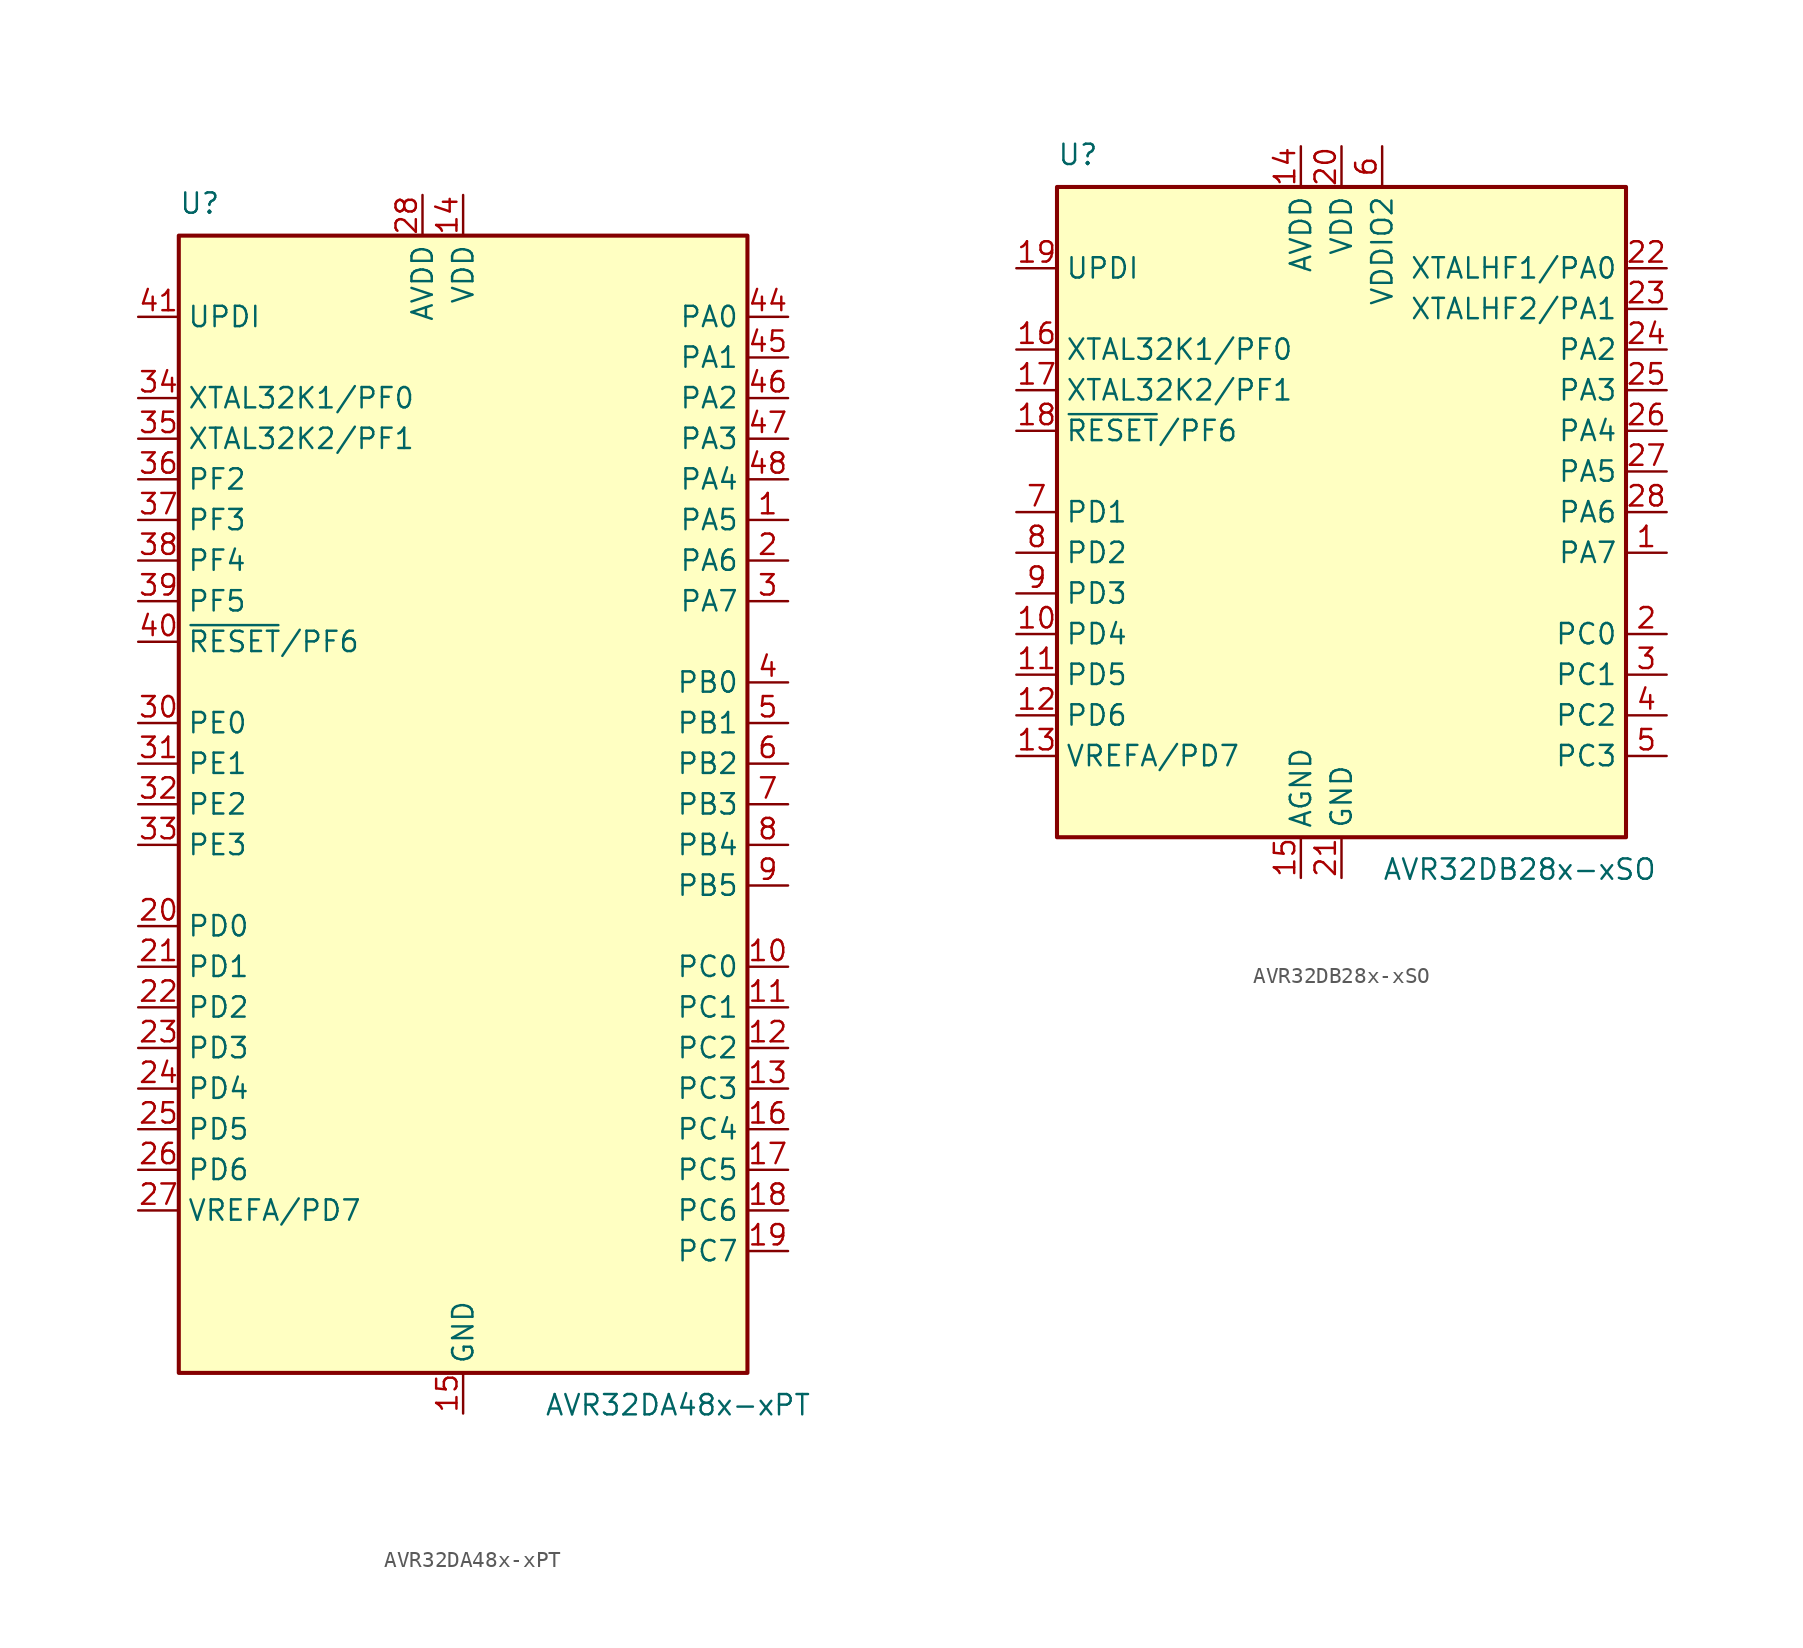
<source format=kicad_sym>
(kicad_symbol_lib
  (version 20220914)
  (generator kicad_symbol_editor)
  (symbol "AVR32DA48x-xPT"
    (property "Reference" "U"
      (at -17.78 36.83 0)
      (effects (font (size 1.27 1.27)) (justify left bottom)))
    (property "Value" "AVR32DA48x-xPT"
      (at 5.08 -36.83 0)
      (effects (font (size 1.27 1.27)) (justify left top)))
    (symbol "AVR32DA48x-xPT_0_1"
      (rectangle (start -17.78 35.56) (end 17.78 -35.56) (stroke (width 0.254) (type default)) (fill (type background))))
    (symbol "AVR32DA48x-xPT_1_1"
      (pin bidirectional line (at 20.32 17.78 180) (length 2.54) (name "PA5" (effects (font (size 1.27 1.27)))) (number "1" (effects (font (size 1.27 1.27)))))
      (pin bidirectional line (at 20.32 -10.16 180) (length 2.54) (name "PC0" (effects (font (size 1.27 1.27)))) (number "10" (effects (font (size 1.27 1.27)))))
      (pin bidirectional line (at 20.32 -12.7 180) (length 2.54) (name "PC1" (effects (font (size 1.27 1.27)))) (number "11" (effects (font (size 1.27 1.27)))))
      (pin bidirectional line (at 20.32 -15.24 180) (length 2.54) (name "PC2" (effects (font (size 1.27 1.27)))) (number "12" (effects (font (size 1.27 1.27)))))
      (pin bidirectional line (at 20.32 -17.78 180) (length 2.54) (name "PC3" (effects (font (size 1.27 1.27)))) (number "13" (effects (font (size 1.27 1.27)))))
      (pin power_in line (at 0 38.1 270) (length 2.54) (name "VDD" (effects (font (size 1.27 1.27)))) (number "14" (effects (font (size 1.27 1.27)))))
      (pin power_in line (at 0 -38.1 90) (length 2.54) (name "GND" (effects (font (size 1.27 1.27)))) (number "15" (effects (font (size 1.27 1.27)))))
      (pin bidirectional line (at 20.32 -20.32 180) (length 2.54) (name "PC4" (effects (font (size 1.27 1.27)))) (number "16" (effects (font (size 1.27 1.27)))))
      (pin bidirectional line (at 20.32 -22.86 180) (length 2.54) (name "PC5" (effects (font (size 1.27 1.27)))) (number "17" (effects (font (size 1.27 1.27)))))
      (pin bidirectional line (at 20.32 -25.4 180) (length 2.54) (name "PC6" (effects (font (size 1.27 1.27)))) (number "18" (effects (font (size 1.27 1.27)))))
      (pin bidirectional line (at 20.32 -27.94 180) (length 2.54) (name "PC7" (effects (font (size 1.27 1.27)))) (number "19" (effects (font (size 1.27 1.27)))))
      (pin bidirectional line (at 20.32 15.24 180) (length 2.54) (name "PA6" (effects (font (size 1.27 1.27)))) (number "2" (effects (font (size 1.27 1.27)))))
      (pin bidirectional line (at -20.32 -7.62 0) (length 2.54) (name "PD0" (effects (font (size 1.27 1.27)))) (number "20" (effects (font (size 1.27 1.27)))))
      (pin bidirectional line (at -20.32 -10.16 0) (length 2.54) (name "PD1" (effects (font (size 1.27 1.27)))) (number "21" (effects (font (size 1.27 1.27)))))
      (pin bidirectional line (at -20.32 -12.7 0) (length 2.54) (name "PD2" (effects (font (size 1.27 1.27)))) (number "22" (effects (font (size 1.27 1.27)))))
      (pin bidirectional line (at -20.32 -15.24 0) (length 2.54) (name "PD3" (effects (font (size 1.27 1.27)))) (number "23" (effects (font (size 1.27 1.27)))))
      (pin bidirectional line (at -20.32 -17.78 0) (length 2.54) (name "PD4" (effects (font (size 1.27 1.27)))) (number "24" (effects (font (size 1.27 1.27)))))
      (pin bidirectional line (at -20.32 -20.32 0) (length 2.54) (name "PD5" (effects (font (size 1.27 1.27)))) (number "25" (effects (font (size 1.27 1.27)))))
      (pin bidirectional line (at -20.32 -22.86 0) (length 2.54) (name "PD6" (effects (font (size 1.27 1.27)))) (number "26" (effects (font (size 1.27 1.27)))))
      (pin bidirectional line (at -20.32 -25.4 0) (length 2.54) (name "VREFA/PD7" (effects (font (size 1.27 1.27)))) (number "27" (effects (font (size 1.27 1.27)))))
      (pin power_in line (at -2.54 38.1 270) (length 2.54) (name "AVDD" (effects (font (size 1.27 1.27)))) (number "28" (effects (font (size 1.27 1.27)))))
      (pin passive line (at 0 -38.1 90) (length 2.54) hide (name "GND" (effects (font (size 1.27 1.27)))) (number "29" (effects (font (size 1.27 1.27)))))
      (pin bidirectional line (at 20.32 12.7 180) (length 2.54) (name "PA7" (effects (font (size 1.27 1.27)))) (number "3" (effects (font (size 1.27 1.27)))))
      (pin bidirectional line (at -20.32 5.08 0) (length 2.54) (name "PE0" (effects (font (size 1.27 1.27)))) (number "30" (effects (font (size 1.27 1.27)))))
      (pin bidirectional line (at -20.32 2.54 0) (length 2.54) (name "PE1" (effects (font (size 1.27 1.27)))) (number "31" (effects (font (size 1.27 1.27)))))
      (pin bidirectional line (at -20.32 0 0) (length 2.54) (name "PE2" (effects (font (size 1.27 1.27)))) (number "32" (effects (font (size 1.27 1.27)))))
      (pin bidirectional line (at -20.32 -2.54 0) (length 2.54) (name "PE3" (effects (font (size 1.27 1.27)))) (number "33" (effects (font (size 1.27 1.27)))))
      (pin bidirectional line (at -20.32 25.4 0) (length 2.54) (name "XTAL32K1/PF0" (effects (font (size 1.27 1.27)))) (number "34" (effects (font (size 1.27 1.27)))))
      (pin bidirectional line (at -20.32 22.86 0) (length 2.54) (name "XTAL32K2/PF1" (effects (font (size 1.27 1.27)))) (number "35" (effects (font (size 1.27 1.27)))))
      (pin bidirectional line (at -20.32 20.32 0) (length 2.54) (name "PF2" (effects (font (size 1.27 1.27)))) (number "36" (effects (font (size 1.27 1.27)))))
      (pin bidirectional line (at -20.32 17.78 0) (length 2.54) (name "PF3" (effects (font (size 1.27 1.27)))) (number "37" (effects (font (size 1.27 1.27)))))
      (pin bidirectional line (at -20.32 15.24 0) (length 2.54) (name "PF4" (effects (font (size 1.27 1.27)))) (number "38" (effects (font (size 1.27 1.27)))))
      (pin bidirectional line (at -20.32 12.7 0) (length 2.54) (name "PF5" (effects (font (size 1.27 1.27)))) (number "39" (effects (font (size 1.27 1.27)))))
      (pin bidirectional line (at 20.32 7.62 180) (length 2.54) (name "PB0" (effects (font (size 1.27 1.27)))) (number "4" (effects (font (size 1.27 1.27)))))
      (pin bidirectional line (at -20.32 10.16 0) (length 2.54) (name "~{RESET}/PF6" (effects (font (size 1.27 1.27)))) (number "40" (effects (font (size 1.27 1.27)))))
      (pin input line (at -20.32 30.48 0) (length 2.54) (name "UPDI" (effects (font (size 1.27 1.27)))) (number "41" (effects (font (size 1.27 1.27)))))
      (pin passive line (at 0 38.1 270) (length 2.54) hide (name "VDD" (effects (font (size 1.27 1.27)))) (number "42" (effects (font (size 1.27 1.27)))))
      (pin passive line (at 0 -38.1 90) (length 2.54) hide (name "GND" (effects (font (size 1.27 1.27)))) (number "43" (effects (font (size 1.27 1.27)))))
      (pin bidirectional line (at 20.32 30.48 180) (length 2.54) (name "PA0" (effects (font (size 1.27 1.27)))) (number "44" (effects (font (size 1.27 1.27)))))
      (pin bidirectional line (at 20.32 27.94 180) (length 2.54) (name "PA1" (effects (font (size 1.27 1.27)))) (number "45" (effects (font (size 1.27 1.27)))))
      (pin bidirectional line (at 20.32 25.4 180) (length 2.54) (name "PA2" (effects (font (size 1.27 1.27)))) (number "46" (effects (font (size 1.27 1.27)))))
      (pin bidirectional line (at 20.32 22.86 180) (length 2.54) (name "PA3" (effects (font (size 1.27 1.27)))) (number "47" (effects (font (size 1.27 1.27)))))
      (pin bidirectional line (at 20.32 20.32 180) (length 2.54) (name "PA4" (effects (font (size 1.27 1.27)))) (number "48" (effects (font (size 1.27 1.27)))))
      (pin bidirectional line (at 20.32 5.08 180) (length 2.54) (name "PB1" (effects (font (size 1.27 1.27)))) (number "5" (effects (font (size 1.27 1.27)))))
      (pin bidirectional line (at 20.32 2.54 180) (length 2.54) (name "PB2" (effects (font (size 1.27 1.27)))) (number "6" (effects (font (size 1.27 1.27)))))
      (pin bidirectional line (at 20.32 0 180) (length 2.54) (name "PB3" (effects (font (size 1.27 1.27)))) (number "7" (effects (font (size 1.27 1.27)))))
      (pin bidirectional line (at 20.32 -2.54 180) (length 2.54) (name "PB4" (effects (font (size 1.27 1.27)))) (number "8" (effects (font (size 1.27 1.27)))))
      (pin bidirectional line (at 20.32 -5.08 180) (length 2.54) (name "PB5" (effects (font (size 1.27 1.27)))) (number "9" (effects (font (size 1.27 1.27)))))))
  (symbol "AVR32DB28x-xSO"
    (property "Reference" "U"
      (at -17.78 21.59 0)
      (effects (font (size 1.27 1.27)) (justify left bottom)))
    (property "Value" "AVR32DB28x-xSO"
      (at 2.54 -21.59 0)
      (effects (font (size 1.27 1.27)) (justify left top)))
    (symbol "AVR32DB28x-xSO_0_1"
      (rectangle (start -17.78 20.32) (end 17.78 -20.32) (stroke (width 0.254) (type default)) (fill (type background))))
    (symbol "AVR32DB28x-xSO_1_1"
      (pin bidirectional line (at 20.32 -2.54 180) (length 2.54) (name "PA7" (effects (font (size 1.27 1.27)))) (number "1" (effects (font (size 1.27 1.27)))))
      (pin bidirectional line (at -20.32 -7.62 0) (length 2.54) (name "PD4" (effects (font (size 1.27 1.27)))) (number "10" (effects (font (size 1.27 1.27)))))
      (pin bidirectional line (at -20.32 -10.16 0) (length 2.54) (name "PD5" (effects (font (size 1.27 1.27)))) (number "11" (effects (font (size 1.27 1.27)))))
      (pin bidirectional line (at -20.32 -12.7 0) (length 2.54) (name "PD6" (effects (font (size 1.27 1.27)))) (number "12" (effects (font (size 1.27 1.27)))))
      (pin bidirectional line (at -20.32 -15.24 0) (length 2.54) (name "VREFA/PD7" (effects (font (size 1.27 1.27)))) (number "13" (effects (font (size 1.27 1.27)))))
      (pin power_in line (at -2.54 22.86 270) (length 2.54) (name "AVDD" (effects (font (size 1.27 1.27)))) (number "14" (effects (font (size 1.27 1.27)))))
      (pin power_in line (at -2.54 -22.86 90) (length 2.54) (name "AGND" (effects (font (size 1.27 1.27)))) (number "15" (effects (font (size 1.27 1.27)))))
      (pin bidirectional line (at -20.32 10.16 0) (length 2.54) (name "XTAL32K1/PF0" (effects (font (size 1.27 1.27)))) (number "16" (effects (font (size 1.27 1.27)))))
      (pin bidirectional line (at -20.32 7.62 0) (length 2.54) (name "XTAL32K2/PF1" (effects (font (size 1.27 1.27)))) (number "17" (effects (font (size 1.27 1.27)))))
      (pin bidirectional line (at -20.32 5.08 0) (length 2.54) (name "~{RESET}/PF6" (effects (font (size 1.27 1.27)))) (number "18" (effects (font (size 1.27 1.27)))))
      (pin input line (at -20.32 15.24 0) (length 2.54) (name "UPDI" (effects (font (size 1.27 1.27)))) (number "19" (effects (font (size 1.27 1.27)))))
      (pin bidirectional line (at 20.32 -7.62 180) (length 2.54) (name "PC0" (effects (font (size 1.27 1.27)))) (number "2" (effects (font (size 1.27 1.27)))))
      (pin power_in line (at 0 22.86 270) (length 2.54) (name "VDD" (effects (font (size 1.27 1.27)))) (number "20" (effects (font (size 1.27 1.27)))))
      (pin power_in line (at 0 -22.86 90) (length 2.54) (name "GND" (effects (font (size 1.27 1.27)))) (number "21" (effects (font (size 1.27 1.27)))))
      (pin bidirectional line (at 20.32 15.24 180) (length 2.54) (name "XTALHF1/PA0" (effects (font (size 1.27 1.27)))) (number "22" (effects (font (size 1.27 1.27)))))
      (pin bidirectional line (at 20.32 12.7 180) (length 2.54) (name "XTALHF2/PA1" (effects (font (size 1.27 1.27)))) (number "23" (effects (font (size 1.27 1.27)))))
      (pin bidirectional line (at 20.32 10.16 180) (length 2.54) (name "PA2" (effects (font (size 1.27 1.27)))) (number "24" (effects (font (size 1.27 1.27)))))
      (pin bidirectional line (at 20.32 7.62 180) (length 2.54) (name "PA3" (effects (font (size 1.27 1.27)))) (number "25" (effects (font (size 1.27 1.27)))))
      (pin bidirectional line (at 20.32 5.08 180) (length 2.54) (name "PA4" (effects (font (size 1.27 1.27)))) (number "26" (effects (font (size 1.27 1.27)))))
      (pin bidirectional line (at 20.32 2.54 180) (length 2.54) (name "PA5" (effects (font (size 1.27 1.27)))) (number "27" (effects (font (size 1.27 1.27)))))
      (pin bidirectional line (at 20.32 0 180) (length 2.54) (name "PA6" (effects (font (size 1.27 1.27)))) (number "28" (effects (font (size 1.27 1.27)))))
      (pin bidirectional line (at 20.32 -10.16 180) (length 2.54) (name "PC1" (effects (font (size 1.27 1.27)))) (number "3" (effects (font (size 1.27 1.27)))))
      (pin bidirectional line (at 20.32 -12.7 180) (length 2.54) (name "PC2" (effects (font (size 1.27 1.27)))) (number "4" (effects (font (size 1.27 1.27)))))
      (pin bidirectional line (at 20.32 -15.24 180) (length 2.54) (name "PC3" (effects (font (size 1.27 1.27)))) (number "5" (effects (font (size 1.27 1.27)))))
      (pin power_in line (at 2.54 22.86 270) (length 2.54) (name "VDDIO2" (effects (font (size 1.27 1.27)))) (number "6" (effects (font (size 1.27 1.27)))))
      (pin bidirectional line (at -20.32 0 0) (length 2.54) (name "PD1" (effects (font (size 1.27 1.27)))) (number "7" (effects (font (size 1.27 1.27)))))
      (pin bidirectional line (at -20.32 -2.54 0) (length 2.54) (name "PD2" (effects (font (size 1.27 1.27)))) (number "8" (effects (font (size 1.27 1.27)))))
      (pin bidirectional line (at -20.32 -5.08 0) (length 2.54) (name "PD3" (effects (font (size 1.27 1.27)))) (number "9" (effects (font (size 1.27 1.27))))))))
</source>
